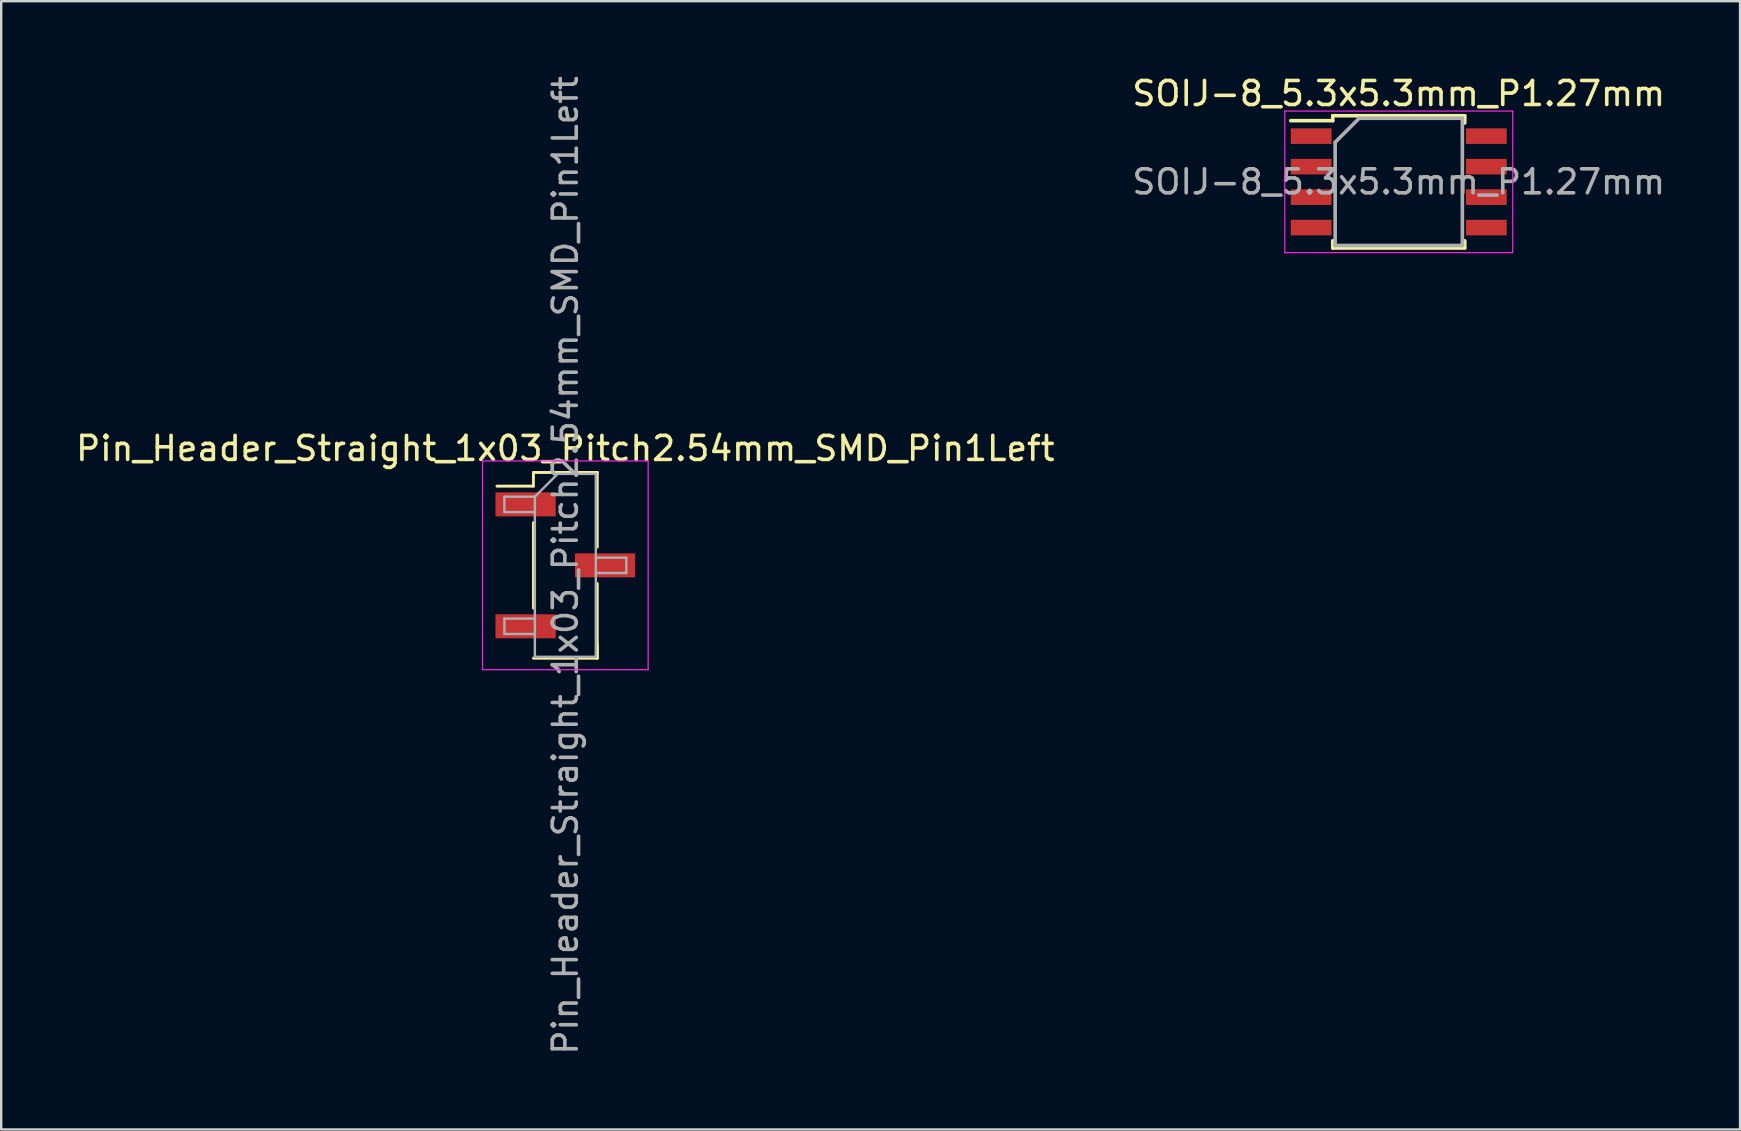
<source format=kicad_pcb>
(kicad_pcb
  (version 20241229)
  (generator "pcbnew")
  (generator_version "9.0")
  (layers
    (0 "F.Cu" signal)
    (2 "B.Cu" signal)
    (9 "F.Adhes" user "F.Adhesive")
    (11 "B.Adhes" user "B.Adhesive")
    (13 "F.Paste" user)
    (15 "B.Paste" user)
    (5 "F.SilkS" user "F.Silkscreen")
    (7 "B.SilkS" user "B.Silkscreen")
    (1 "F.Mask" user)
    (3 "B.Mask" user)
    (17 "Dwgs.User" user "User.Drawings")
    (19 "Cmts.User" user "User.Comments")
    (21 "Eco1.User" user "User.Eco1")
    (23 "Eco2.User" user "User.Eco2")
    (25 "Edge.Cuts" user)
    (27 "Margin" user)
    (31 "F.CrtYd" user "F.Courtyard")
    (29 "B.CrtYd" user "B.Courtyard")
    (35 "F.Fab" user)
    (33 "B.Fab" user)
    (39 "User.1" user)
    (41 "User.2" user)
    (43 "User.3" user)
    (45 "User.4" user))
  (footprint "SOIJ-8_5.3x5.3mm_P1.27mm"
    (layer "F.Cu")
    (at 55.232 4.528)
    (property "Reference" "SOIJ-8_5.3x5.3mm_P1.27mm" (at 0 -3.68 0) (layer "F.SilkS") (effects (font (size 1 1) (thickness 0.15))))
    (attr smd)
    (fp_line (start -2.75 -2.755) (end -2.75 -2.55) (stroke (width 0.15) (type solid)) (layer "F.SilkS"))
    (fp_line (start -2.75 -2.755) (end 2.75 -2.755) (stroke (width 0.15) (type solid)) (layer "F.SilkS"))
    (fp_line (start -2.75 -2.55) (end -4.5 -2.55) (stroke (width 0.15) (type solid)) (layer "F.SilkS"))
    (fp_line (start -2.75 2.755) (end -2.75 2.455) (stroke (width 0.15) (type solid)) (layer "F.SilkS"))
    (fp_line (start -2.75 2.755) (end 2.75 2.755) (stroke (width 0.15) (type solid)) (layer "F.SilkS"))
    (fp_line (start 2.75 -2.755) (end 2.75 -2.455) (stroke (width 0.15) (type solid)) (layer "F.SilkS"))
    (fp_line (start 2.75 2.755) (end 2.75 2.455) (stroke (width 0.15) (type solid)) (layer "F.SilkS"))
    (fp_line (start -4.75 -2.95) (end -4.75 2.95) (stroke (width 0.05) (type solid)) (layer "F.CrtYd"))
    (fp_line (start -4.75 -2.95) (end 4.75 -2.95) (stroke (width 0.05) (type solid)) (layer "F.CrtYd"))
    (fp_line (start -4.75 2.95) (end 4.75 2.95) (stroke (width 0.05) (type solid)) (layer "F.CrtYd"))
    (fp_line (start 4.75 -2.95) (end 4.75 2.95) (stroke (width 0.05) (type solid)) (layer "F.CrtYd"))
    (fp_line (start -2.65 -1.65) (end -1.65 -2.65) (stroke (width 0.15) (type solid)) (layer "F.Fab"))
    (fp_line (start -2.65 2.65) (end -2.65 -1.65) (stroke (width 0.15) (type solid)) (layer "F.Fab"))
    (fp_line (start -1.65 -2.65) (end 2.65 -2.65) (stroke (width 0.15) (type solid)) (layer "F.Fab"))
    (fp_line (start 2.65 -2.65) (end 2.65 2.65) (stroke (width 0.15) (type solid)) (layer "F.Fab"))
    (fp_line (start 2.65 2.65) (end -2.65 2.65) (stroke (width 0.15) (type solid)) (layer "F.Fab"))
    (fp_text user "${REFERENCE}" (at 0 0 0) (layer "F.Fab") (effects (font (size 1 1) (thickness 0.15))))
    (pad "1" smd rect (at -3.65 -1.905) (size 1.7 0.65) (layers "F.Cu" "F.Mask" "F.Paste"))
    (pad "2" smd rect (at -3.65 -0.635) (size 1.7 0.65) (layers "F.Cu" "F.Mask" "F.Paste"))
    (pad "3" smd rect (at -3.65 0.635) (size 1.7 0.65) (layers "F.Cu" "F.Mask" "F.Paste"))
    (pad "4" smd rect (at -3.65 1.905) (size 1.7 0.65) (layers "F.Cu" "F.Mask" "F.Paste"))
    (pad "5" smd rect (at 3.65 1.905) (size 1.7 0.65) (layers "F.Cu" "F.Mask" "F.Paste"))
    (pad "6" smd rect (at 3.65 0.635) (size 1.7 0.65) (layers "F.Cu" "F.Mask" "F.Paste"))
    (pad "7" smd rect (at 3.65 -0.635) (size 1.7 0.65) (layers "F.Cu" "F.Mask" "F.Paste"))
    (pad "8" smd rect (at 3.65 -1.905) (size 1.7 0.65) (layers "F.Cu" "F.Mask" "F.Paste")))
  (footprint "Pin_Header_Straight_1x03_Pitch2.54mm_SMD_Pin1Left"
    (layer "F.Cu")
    (at 20.506 20.506)
    (property "Reference" "Pin_Header_Straight_1x03_Pitch2.54mm_SMD_Pin1Left" (at 0 -4.87 0) (layer "F.SilkS") (effects (font (size 1 1) (thickness 0.15))))
    (attr smd)
    (fp_line (start -1.33 -3.87) (end -1.33 -3.3) (stroke (width 0.12) (type solid)) (layer "F.SilkS"))
    (fp_line (start -1.33 -3.87) (end 1.33 -3.87) (stroke (width 0.12) (type solid)) (layer "F.SilkS"))
    (fp_line (start -1.33 -3.3) (end -2.85 -3.3) (stroke (width 0.12) (type solid)) (layer "F.SilkS"))
    (fp_line (start -1.33 -1.78) (end -1.33 1.78) (stroke (width 0.12) (type solid)) (layer "F.SilkS"))
    (fp_line (start -1.33 3.87) (end 1.33 3.87) (stroke (width 0.12) (type solid)) (layer "F.SilkS"))
    (fp_line (start 1.33 -3.87) (end 1.33 -0.76) (stroke (width 0.12) (type solid)) (layer "F.SilkS"))
    (fp_line (start 1.33 0.76) (end 1.33 3.87) (stroke (width 0.12) (type solid)) (layer "F.SilkS"))
    (fp_line (start 1.33 3.3) (end 1.33 3.87) (stroke (width 0.12) (type solid)) (layer "F.SilkS"))
    (fp_line (start -3.45 -4.35) (end -3.45 4.35) (stroke (width 0.05) (type solid)) (layer "F.CrtYd"))
    (fp_line (start -3.45 4.35) (end 3.45 4.35) (stroke (width 0.05) (type solid)) (layer "F.CrtYd"))
    (fp_line (start 3.45 -4.35) (end -3.45 -4.35) (stroke (width 0.05) (type solid)) (layer "F.CrtYd"))
    (fp_line (start 3.45 4.35) (end 3.45 -4.35) (stroke (width 0.05) (type solid)) (layer "F.CrtYd"))
    (fp_line (start -2.54 -2.86) (end -2.54 -2.22) (stroke (width 0.1) (type solid)) (layer "F.Fab"))
    (fp_line (start -2.54 -2.22) (end -1.27 -2.22) (stroke (width 0.1) (type solid)) (layer "F.Fab"))
    (fp_line (start -2.54 2.22) (end -2.54 2.86) (stroke (width 0.1) (type solid)) (layer "F.Fab"))
    (fp_line (start -2.54 2.86) (end -1.27 2.86) (stroke (width 0.1) (type solid)) (layer "F.Fab"))
    (fp_line (start -1.27 -2.86) (end -2.54 -2.86) (stroke (width 0.1) (type solid)) (layer "F.Fab"))
    (fp_line (start -1.27 -2.86) (end -0.32 -3.81) (stroke (width 0.1) (type solid)) (layer "F.Fab"))
    (fp_line (start -1.27 2.22) (end -2.54 2.22) (stroke (width 0.1) (type solid)) (layer "F.Fab"))
    (fp_line (start -1.27 3.81) (end -1.27 -2.86) (stroke (width 0.1) (type solid)) (layer "F.Fab"))
    (fp_line (start -0.32 -3.81) (end 1.27 -3.81) (stroke (width 0.1) (type solid)) (layer "F.Fab"))
    (fp_line (start 1.27 -3.81) (end 1.27 3.81) (stroke (width 0.1) (type solid)) (layer "F.Fab"))
    (fp_line (start 1.27 -0.32) (end 2.54 -0.32) (stroke (width 0.1) (type solid)) (layer "F.Fab"))
    (fp_line (start 1.27 3.81) (end -1.27 3.81) (stroke (width 0.1) (type solid)) (layer "F.Fab"))
    (fp_line (start 2.54 -0.32) (end 2.54 0.32) (stroke (width 0.1) (type solid)) (layer "F.Fab"))
    (fp_line (start 2.54 0.32) (end 1.27 0.32) (stroke (width 0.1) (type solid)) (layer "F.Fab"))
    (fp_text user "${REFERENCE}" (at 0 0 90) (layer "F.Fab") (effects (font (size 1 1) (thickness 0.15))))
    (pad "1" smd rect (at -1.655 -2.54) (size 2.51 1) (layers "F.Cu" "F.Mask" "F.Paste"))
    (pad "2" smd rect (at 1.655 0) (size 2.51 1) (layers "F.Cu" "F.Mask" "F.Paste"))
    (pad "3" smd rect (at -1.655 2.54) (size 2.51 1) (layers "F.Cu" "F.Mask" "F.Paste")))
  (gr_rect
    (start -3 -3)
    (end 69.452 44.012)
    (stroke (width 0.1) (type default))
    (fill no)
    (layer "Edge.Cuts")))
</source>
